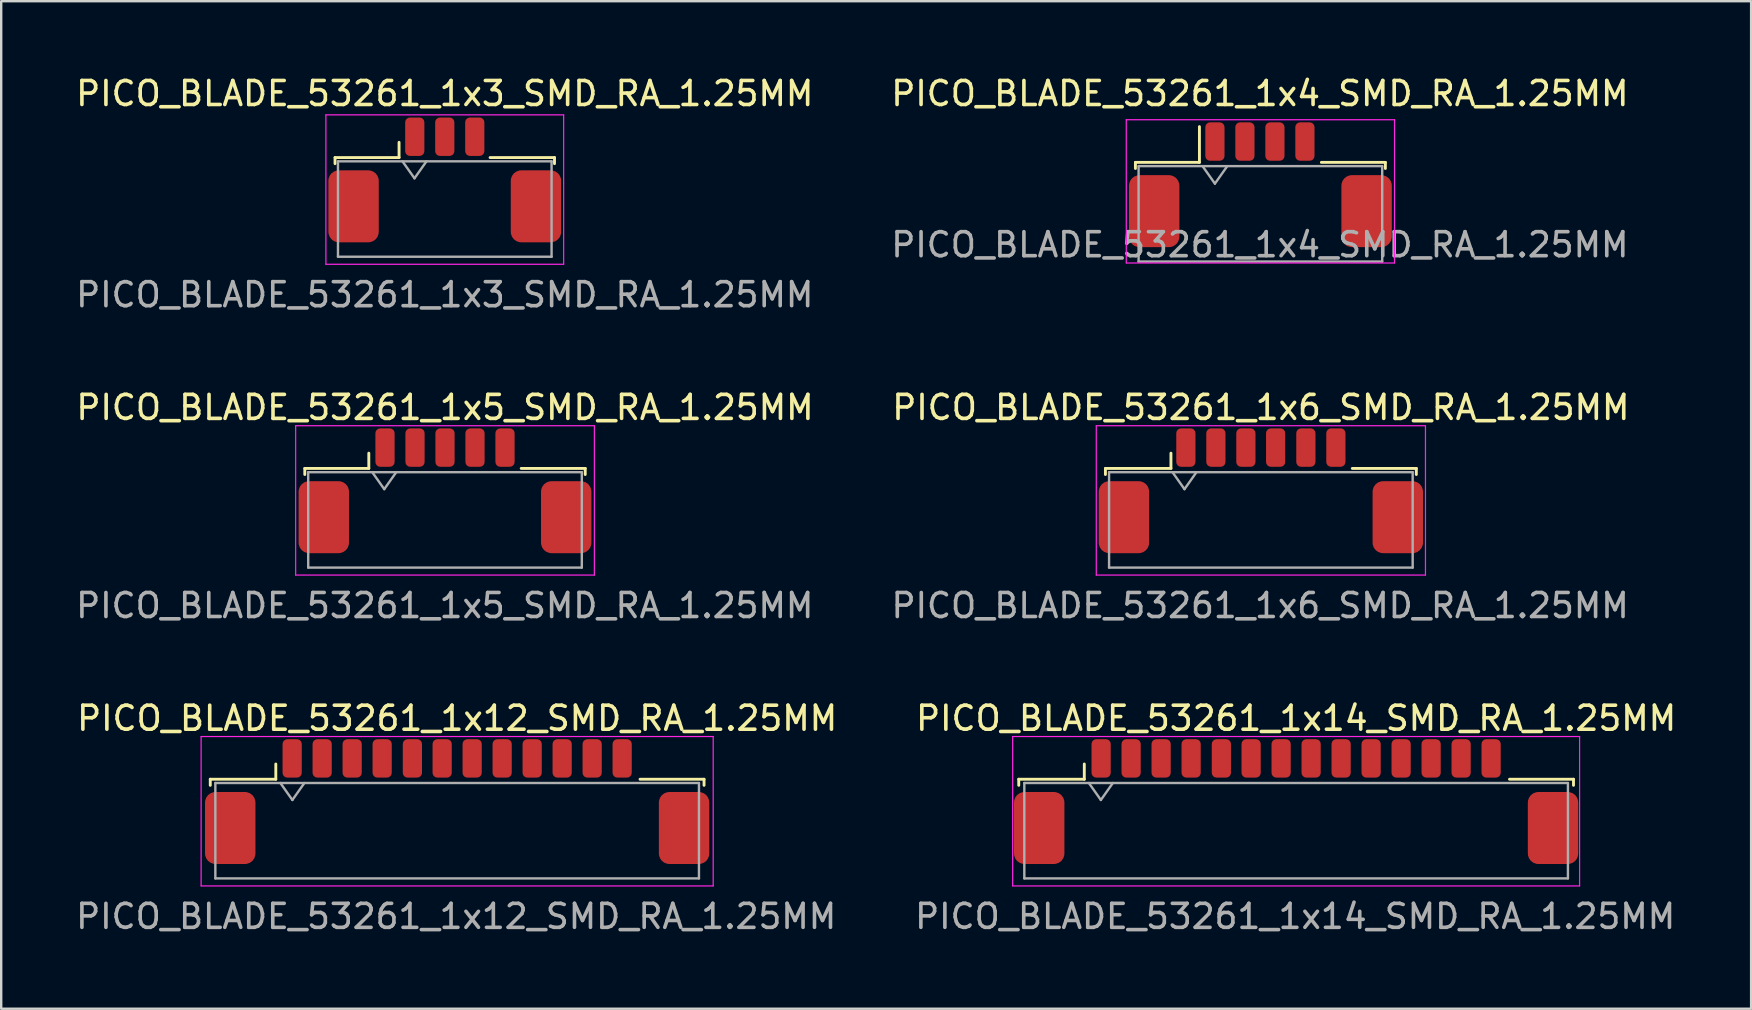
<source format=kicad_pcb>
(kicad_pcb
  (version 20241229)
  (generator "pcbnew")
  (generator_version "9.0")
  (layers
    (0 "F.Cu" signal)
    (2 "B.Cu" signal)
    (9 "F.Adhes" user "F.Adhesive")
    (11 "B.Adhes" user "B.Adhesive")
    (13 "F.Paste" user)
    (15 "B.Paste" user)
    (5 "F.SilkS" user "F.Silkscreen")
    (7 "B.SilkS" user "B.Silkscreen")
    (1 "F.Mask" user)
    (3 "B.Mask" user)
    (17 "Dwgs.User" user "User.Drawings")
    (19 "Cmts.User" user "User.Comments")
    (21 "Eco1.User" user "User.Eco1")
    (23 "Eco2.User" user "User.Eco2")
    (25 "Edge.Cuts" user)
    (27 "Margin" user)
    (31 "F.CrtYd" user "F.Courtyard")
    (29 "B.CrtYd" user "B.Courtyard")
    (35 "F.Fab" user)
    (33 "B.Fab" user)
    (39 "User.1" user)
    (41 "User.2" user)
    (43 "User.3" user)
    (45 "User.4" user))
  (footprint "PICO_BLADE_53261_1x4_SMD_RA_1.25MM"
    (layer "F.Cu")
    (at 49.466 5.748)
    (property "Reference" "PICO_BLADE_53261_1x4_SMD_RA_1.25MM" (at -0.02 -4.9 0) (layer "F.SilkS") (effects (font (size 1 1) (thickness 0.15))))
    (attr smd)
    (fp_line (start -5.207 -2.032) (end -2.54 -2.032) (stroke (width 0.12) (type solid)) (layer "F.SilkS"))
    (fp_line (start -5.207 -1.778) (end -5.207 -2.032) (stroke (width 0.12) (type solid)) (layer "F.SilkS"))
    (fp_line (start -2.54 -2.032) (end -2.54 -3.522) (stroke (width 0.12) (type solid)) (layer "F.SilkS"))
    (fp_line (start 5.207 -2.032) (end 2.54 -2.032) (stroke (width 0.12) (type solid)) (layer "F.SilkS"))
    (fp_line (start 5.207 -1.778) (end 5.207 -2.032) (stroke (width 0.12) (type solid)) (layer "F.SilkS"))
    (fp_line (start -5.588 -3.81) (end -5.588 2.159) (stroke (width 0.05) (type solid)) (layer "F.CrtYd"))
    (fp_line (start -5.588 2.159) (end 5.588 2.159) (stroke (width 0.05) (type solid)) (layer "F.CrtYd"))
    (fp_line (start 5.588 -3.81) (end -5.588 -3.81) (stroke (width 0.05) (type solid)) (layer "F.CrtYd"))
    (fp_line (start 5.588 2.159) (end 5.588 -3.81) (stroke (width 0.05) (type solid)) (layer "F.CrtYd"))
    (fp_line (start -5.075 -1.875) (end -5.075 2.1) (stroke (width 0.1) (type solid)) (layer "F.Fab"))
    (fp_line (start -5.075 -1.875) (end 5.075 -1.875) (stroke (width 0.1) (type solid)) (layer "F.Fab"))
    (fp_line (start -5.075 2.1) (end 5.075 2.1) (stroke (width 0.1) (type solid)) (layer "F.Fab"))
    (fp_line (start -2.395 -1.854) (end -1.895 -1.147) (stroke (width 0.1) (type solid)) (layer "F.Fab"))
    (fp_line (start -1.895 -1.147) (end -1.395 -1.854) (stroke (width 0.1) (type solid)) (layer "F.Fab"))
    (fp_line (start 5.075 -1.875) (end 5.075 2.1) (stroke (width 0.1) (type solid)) (layer "F.Fab"))
    (fp_text user "${REFERENCE}" (at -0.02 1.4 0) (layer "F.Fab") (effects (font (size 1 1) (thickness 0.15))))
    (pad "1" smd roundrect (at -1.895 -2.9) (size 0.8 1.6) (layers "F.Cu" "F.Mask" "F.Paste") (roundrect_rratio 0.25))
    (pad "2" smd roundrect (at -0.645 -2.9) (size 0.8 1.6) (layers "F.Cu" "F.Mask" "F.Paste") (roundrect_rratio 0.25))
    (pad "3" smd roundrect (at 0.605 -2.9) (size 0.8 1.6) (layers "F.Cu" "F.Mask" "F.Paste") (roundrect_rratio 0.25))
    (pad "4" smd roundrect (at 1.855 -2.9) (size 0.8 1.6) (layers "F.Cu" "F.Mask" "F.Paste") (roundrect_rratio 0.25))
    (pad "MP" smd roundrect (at -4.425 0) (size 2.1 3) (layers "F.Cu" "F.Mask" "F.Paste") (roundrect_rratio 0.208))
    (pad "MP" smd roundrect (at 4.425 0) (size 2.1 3) (layers "F.Cu" "F.Mask" "F.Paste") (roundrect_rratio 0.208)))
  (footprint "PICO_BLADE_53261_1x5_SMD_RA_1.25MM"
    (layer "F.Cu")
    (at 15.492 18.499)
    (property "Reference" "PICO_BLADE_53261_1x5_SMD_RA_1.25MM" (at 0 -4.572 0) (layer "F.SilkS") (effects (font (size 1 1) (thickness 0.15))))
    (attr smd)
    (fp_line (start -5.842 -2.032) (end -3.175 -2.032) (stroke (width 0.12) (type solid)) (layer "F.SilkS"))
    (fp_line (start -5.842 -1.778) (end -5.842 -2.032) (stroke (width 0.12) (type solid)) (layer "F.SilkS"))
    (fp_line (start -3.175 -2.032) (end -3.175 -2.667) (stroke (width 0.12) (type solid)) (layer "F.SilkS"))
    (fp_line (start 5.842 -2.032) (end 3.175 -2.032) (stroke (width 0.12) (type solid)) (layer "F.SilkS"))
    (fp_line (start 5.842 -1.778) (end 5.842 -2.032) (stroke (width 0.12) (type solid)) (layer "F.SilkS"))
    (fp_line (start -6.223 -3.81) (end -6.223 2.413) (stroke (width 0.05) (type solid)) (layer "F.CrtYd"))
    (fp_line (start -6.223 2.413) (end 6.223 2.413) (stroke (width 0.05) (type solid)) (layer "F.CrtYd"))
    (fp_line (start 6.223 -3.81) (end -6.223 -3.81) (stroke (width 0.05) (type solid)) (layer "F.CrtYd"))
    (fp_line (start 6.223 2.413) (end 6.223 -3.81) (stroke (width 0.05) (type solid)) (layer "F.CrtYd"))
    (fp_line (start -5.7 -1.875) (end -5.7 2.1) (stroke (width 0.1) (type solid)) (layer "F.Fab"))
    (fp_line (start -5.7 -1.875) (end 5.7 -1.875) (stroke (width 0.1) (type solid)) (layer "F.Fab"))
    (fp_line (start -5.7 2.1) (end 5.7 2.1) (stroke (width 0.1) (type solid)) (layer "F.Fab"))
    (fp_line (start -3.032 -1.875) (end -2.532 -1.168) (stroke (width 0.1) (type solid)) (layer "F.Fab"))
    (fp_line (start -2.532 -1.168) (end -2.032 -1.875) (stroke (width 0.1) (type solid)) (layer "F.Fab"))
    (fp_line (start 5.7 -1.875) (end 5.7 2.1) (stroke (width 0.1) (type solid)) (layer "F.Fab"))
    (fp_text user "${REFERENCE}" (at -0.01 3.683 0) (layer "F.Fab") (effects (font (size 1 1) (thickness 0.15))))
    (pad "1" smd roundrect (at -2.5 -2.9) (size 0.8 1.6) (layers "F.Cu" "F.Mask" "F.Paste") (roundrect_rratio 0.25))
    (pad "2" smd roundrect (at -1.25 -2.9) (size 0.8 1.6) (layers "F.Cu" "F.Mask" "F.Paste") (roundrect_rratio 0.25))
    (pad "3" smd roundrect (at 0 -2.9) (size 0.8 1.6) (layers "F.Cu" "F.Mask" "F.Paste") (roundrect_rratio 0.25))
    (pad "4" smd roundrect (at 1.25 -2.9) (size 0.8 1.6) (layers "F.Cu" "F.Mask" "F.Paste") (roundrect_rratio 0.25))
    (pad "5" smd roundrect (at 2.5 -2.9) (size 0.8 1.6) (layers "F.Cu" "F.Mask" "F.Paste") (roundrect_rratio 0.25))
    (pad "MP" smd roundrect (at -5.05 0) (size 2.1 3) (layers "F.Cu" "F.Mask" "F.Paste") (roundrect_rratio 0.208))
    (pad "MP" smd roundrect (at 5.05 0) (size 2.1 3) (layers "F.Cu" "F.Mask" "F.Paste") (roundrect_rratio 0.208)))
  (footprint "PICO_BLADE_53261_1x6_SMD_RA_1.25MM"
    (layer "F.Cu")
    (at 49.486 18.499)
    (property "Reference" "PICO_BLADE_53261_1x6_SMD_RA_1.25MM" (at 0 -4.572 0) (layer "F.SilkS") (effects (font (size 1 1) (thickness 0.15))))
    (attr smd)
    (fp_line (start -6.477 -2.032) (end -3.747 -2.032) (stroke (width 0.12) (type solid)) (layer "F.SilkS"))
    (fp_line (start -6.477 -1.778) (end -6.477 -2.032) (stroke (width 0.12) (type solid)) (layer "F.SilkS"))
    (fp_line (start -3.747 -2.032) (end -3.747 -2.667) (stroke (width 0.12) (type solid)) (layer "F.SilkS"))
    (fp_line (start 6.477 -2.032) (end 3.81 -2.032) (stroke (width 0.12) (type solid)) (layer "F.SilkS"))
    (fp_line (start 6.477 -1.778) (end 6.477 -2.032) (stroke (width 0.12) (type solid)) (layer "F.SilkS"))
    (fp_line (start -6.858 -3.81) (end -6.858 2.413) (stroke (width 0.05) (type solid)) (layer "F.CrtYd"))
    (fp_line (start -6.858 2.413) (end 6.858 2.413) (stroke (width 0.05) (type solid)) (layer "F.CrtYd"))
    (fp_line (start 6.858 -3.81) (end -6.858 -3.81) (stroke (width 0.05) (type solid)) (layer "F.CrtYd"))
    (fp_line (start 6.858 2.413) (end 6.858 -3.81) (stroke (width 0.05) (type solid)) (layer "F.CrtYd"))
    (fp_line (start -6.325 -1.875) (end -6.325 2.1) (stroke (width 0.1) (type solid)) (layer "F.Fab"))
    (fp_line (start -6.325 -1.875) (end 6.325 -1.875) (stroke (width 0.1) (type solid)) (layer "F.Fab"))
    (fp_line (start -6.325 2.1) (end 6.325 2.1) (stroke (width 0.1) (type solid)) (layer "F.Fab"))
    (fp_line (start -3.683 -1.875) (end -3.183 -1.168) (stroke (width 0.1) (type solid)) (layer "F.Fab"))
    (fp_line (start -3.183 -1.168) (end -2.683 -1.875) (stroke (width 0.1) (type solid)) (layer "F.Fab"))
    (fp_line (start 6.325 -1.875) (end 6.325 2.1) (stroke (width 0.1) (type solid)) (layer "F.Fab"))
    (fp_text user "${REFERENCE}" (at -0.03 3.683 0) (layer "F.Fab") (effects (font (size 1 1) (thickness 0.15))))
    (pad "1" smd roundrect (at -3.125 -2.9) (size 0.8 1.6) (layers "F.Cu" "F.Mask" "F.Paste") (roundrect_rratio 0.25))
    (pad "2" smd roundrect (at -1.875 -2.9) (size 0.8 1.6) (layers "F.Cu" "F.Mask" "F.Paste") (roundrect_rratio 0.25))
    (pad "3" smd roundrect (at -0.625 -2.9) (size 0.8 1.6) (layers "F.Cu" "F.Mask" "F.Paste") (roundrect_rratio 0.25))
    (pad "4" smd roundrect (at 0.615 -2.9) (size 0.8 1.6) (layers "F.Cu" "F.Mask" "F.Paste") (roundrect_rratio 0.25))
    (pad "5" smd roundrect (at 1.875 -2.9) (size 0.8 1.6) (layers "F.Cu" "F.Mask" "F.Paste") (roundrect_rratio 0.25))
    (pad "6" smd roundrect (at 3.125 -2.9) (size 0.8 1.6) (layers "F.Cu" "F.Mask" "F.Paste") (roundrect_rratio 0.25))
    (pad "MP" smd roundrect (at -5.705 0) (size 2.1 3) (layers "F.Cu" "F.Mask" "F.Paste") (roundrect_rratio 0.208))
    (pad "MP" smd roundrect (at 5.705 0) (size 2.1 3) (layers "F.Cu" "F.Mask" "F.Paste") (roundrect_rratio 0.208)))
  (footprint "PICO_BLADE_53261_1x3_SMD_RA_1.25MM"
    (layer "F.Cu")
    (at 15.482 5.547)
    (property "Reference" "PICO_BLADE_53261_1x3_SMD_RA_1.25MM" (at 0 -4.699 0) (layer "F.SilkS") (effects (font (size 1 1) (thickness 0.15))))
    (attr smd)
    (fp_line (start -4.572 -2.032) (end -1.905 -2.032) (stroke (width 0.12) (type solid)) (layer "F.SilkS"))
    (fp_line (start -4.572 -1.778) (end -4.572 -2.032) (stroke (width 0.12) (type solid)) (layer "F.SilkS"))
    (fp_line (start -1.905 -2.032) (end -1.905 -2.667) (stroke (width 0.12) (type solid)) (layer "F.SilkS"))
    (fp_line (start 4.572 -2.032) (end 1.888 -2.032) (stroke (width 0.12) (type solid)) (layer "F.SilkS"))
    (fp_line (start 4.572 -1.778) (end 4.572 -2.032) (stroke (width 0.12) (type solid)) (layer "F.SilkS"))
    (fp_line (start -4.953 -3.81) (end -4.953 2.413) (stroke (width 0.05) (type solid)) (layer "F.CrtYd"))
    (fp_line (start -4.953 2.413) (end 4.953 2.413) (stroke (width 0.05) (type solid)) (layer "F.CrtYd"))
    (fp_line (start 4.953 -3.81) (end -4.953 -3.81) (stroke (width 0.05) (type solid)) (layer "F.CrtYd"))
    (fp_line (start 4.953 2.413) (end 4.953 -3.81) (stroke (width 0.05) (type solid)) (layer "F.CrtYd"))
    (fp_line (start -4.45 -1.875) (end -4.45 2.1) (stroke (width 0.1) (type solid)) (layer "F.Fab"))
    (fp_line (start -4.45 -1.875) (end 4.45 -1.875) (stroke (width 0.1) (type solid)) (layer "F.Fab"))
    (fp_line (start -4.45 2.1) (end 4.45 2.1) (stroke (width 0.1) (type solid)) (layer "F.Fab"))
    (fp_line (start -1.762 -1.875) (end -1.262 -1.168) (stroke (width 0.1) (type solid)) (layer "F.Fab"))
    (fp_line (start -1.262 -1.168) (end -0.762 -1.875) (stroke (width 0.1) (type solid)) (layer "F.Fab"))
    (fp_line (start 4.45 -1.875) (end 4.45 2.1) (stroke (width 0.1) (type solid)) (layer "F.Fab"))
    (fp_text user "${REFERENCE}" (at 0 3.683 0) (layer "F.Fab") (effects (font (size 1 1) (thickness 0.15))))
    (pad "1" smd roundrect (at -1.25 -2.9) (size 0.8 1.6) (layers "F.Cu" "F.Mask" "F.Paste") (roundrect_rratio 0.25))
    (pad "2" smd roundrect (at 0 -2.9) (size 0.8 1.6) (layers "F.Cu" "F.Mask" "F.Paste") (roundrect_rratio 0.25))
    (pad "3" smd roundrect (at 1.25 -2.9) (size 0.8 1.6) (layers "F.Cu" "F.Mask" "F.Paste") (roundrect_rratio 0.25))
    (pad "MP" smd roundrect (at -3.8 0) (size 2.1 3) (layers "F.Cu" "F.Mask" "F.Paste") (roundrect_rratio 0.208))
    (pad "MP" smd roundrect (at 3.8 0) (size 2.1 3) (layers "F.Cu" "F.Mask" "F.Paste") (roundrect_rratio 0.208)))
  (footprint "PICO_BLADE_53261_1x12_SMD_RA_1.25MM"
    (layer "F.Cu")
    (at 15.998 31.45)
    (property "Reference" "PICO_BLADE_53261_1x12_SMD_RA_1.25MM" (at 0 -4.572 0) (layer "F.SilkS") (effects (font (size 1 1) (thickness 0.15))))
    (attr smd)
    (fp_line (start -10.287 -2.032) (end -7.556 -2.032) (stroke (width 0.12) (type solid)) (layer "F.SilkS"))
    (fp_line (start -10.287 -1.778) (end -10.287 -2.032) (stroke (width 0.12) (type solid)) (layer "F.SilkS"))
    (fp_line (start -7.556 -2.032) (end -7.556 -2.667) (stroke (width 0.12) (type solid)) (layer "F.SilkS"))
    (fp_line (start 10.287 -2.032) (end 7.62 -2.032) (stroke (width 0.12) (type solid)) (layer "F.SilkS"))
    (fp_line (start 10.287 -1.778) (end 10.287 -2.032) (stroke (width 0.12) (type solid)) (layer "F.SilkS"))
    (fp_line (start -10.668 -3.81) (end -10.668 2.413) (stroke (width 0.05) (type solid)) (layer "F.CrtYd"))
    (fp_line (start -10.668 2.413) (end 10.668 2.413) (stroke (width 0.05) (type solid)) (layer "F.CrtYd"))
    (fp_line (start 10.668 -3.81) (end -10.668 -3.81) (stroke (width 0.05) (type solid)) (layer "F.CrtYd"))
    (fp_line (start 10.668 2.413) (end 10.668 -3.81) (stroke (width 0.05) (type solid)) (layer "F.CrtYd"))
    (fp_line (start -10.075 -1.875) (end -10.075 2.1) (stroke (width 0.1) (type solid)) (layer "F.Fab"))
    (fp_line (start -10.075 -1.875) (end 10.075 -1.875) (stroke (width 0.1) (type solid)) (layer "F.Fab"))
    (fp_line (start -10.075 2.1) (end 10.075 2.1) (stroke (width 0.1) (type solid)) (layer "F.Fab"))
    (fp_line (start -7.366 -1.875) (end -6.866 -1.168) (stroke (width 0.1) (type solid)) (layer "F.Fab"))
    (fp_line (start -6.866 -1.168) (end -6.366 -1.875) (stroke (width 0.1) (type solid)) (layer "F.Fab"))
    (fp_line (start 10.075 -1.875) (end 10.075 2.1) (stroke (width 0.1) (type solid)) (layer "F.Fab"))
    (fp_text user "${REFERENCE}" (at -0.04 3.683 0) (layer "F.Fab") (effects (font (size 1 1) (thickness 0.15))))
    (pad "1" smd roundrect (at -6.875 -2.9) (size 0.8 1.6) (layers "F.Cu" "F.Mask" "F.Paste") (roundrect_rratio 0.25))
    (pad "2" smd roundrect (at -5.625 -2.9) (size 0.8 1.6) (layers "F.Cu" "F.Mask" "F.Paste") (roundrect_rratio 0.25))
    (pad "3" smd roundrect (at -4.375 -2.9) (size 0.8 1.6) (layers "F.Cu" "F.Mask" "F.Paste") (roundrect_rratio 0.25))
    (pad "4" smd roundrect (at -3.125 -2.9) (size 0.8 1.6) (layers "F.Cu" "F.Mask" "F.Paste") (roundrect_rratio 0.25))
    (pad "5" smd roundrect (at -1.865 -2.9) (size 0.8 1.6) (layers "F.Cu" "F.Mask" "F.Paste") (roundrect_rratio 0.25))
    (pad "6" smd roundrect (at -0.625 -2.9) (size 0.8 1.6) (layers "F.Cu" "F.Mask" "F.Paste") (roundrect_rratio 0.25))
    (pad "7" smd roundrect (at 0.625 -2.9) (size 0.8 1.6) (layers "F.Cu" "F.Mask" "F.Paste") (roundrect_rratio 0.25))
    (pad "8" smd roundrect (at 1.875 -2.9) (size 0.8 1.6) (layers "F.Cu" "F.Mask" "F.Paste") (roundrect_rratio 0.25))
    (pad "9" smd roundrect (at 3.125 -2.9) (size 0.8 1.6) (layers "F.Cu" "F.Mask" "F.Paste") (roundrect_rratio 0.25))
    (pad "10" smd roundrect (at 4.375 -2.9) (size 0.8 1.6) (layers "F.Cu" "F.Mask" "F.Paste") (roundrect_rratio 0.25))
    (pad "11" smd roundrect (at 5.625 -2.9) (size 0.8 1.6) (layers "F.Cu" "F.Mask" "F.Paste") (roundrect_rratio 0.25))
    (pad "12" smd roundrect (at 6.875 -2.9) (size 0.8 1.6) (layers "F.Cu" "F.Mask" "F.Paste") (roundrect_rratio 0.25))
    (pad "MP" smd roundrect (at -9.455 0) (size 2.1 3) (layers "F.Cu" "F.Mask" "F.Paste") (roundrect_rratio 0.208))
    (pad "MP" smd roundrect (at 9.455 0) (size 2.1 3) (layers "F.Cu" "F.Mask" "F.Paste") (roundrect_rratio 0.208)))
  (footprint "PICO_BLADE_53261_1x14_SMD_RA_1.25MM"
    (layer "F.Cu")
    (at 50.955 31.45)
    (property "Reference" "PICO_BLADE_53261_1x14_SMD_RA_1.25MM" (at 0 -4.572 0) (layer "F.SilkS") (effects (font (size 1 1) (thickness 0.15))))
    (attr smd)
    (fp_line (start -11.557 -2.032) (end -8.826 -2.032) (stroke (width 0.12) (type solid)) (layer "F.SilkS"))
    (fp_line (start -11.557 -1.778) (end -11.557 -2.032) (stroke (width 0.12) (type solid)) (layer "F.SilkS"))
    (fp_line (start -8.826 -2.032) (end -8.826 -2.667) (stroke (width 0.12) (type solid)) (layer "F.SilkS"))
    (fp_line (start 11.557 -2.032) (end 8.89 -2.032) (stroke (width 0.12) (type solid)) (layer "F.SilkS"))
    (fp_line (start 11.557 -1.778) (end 11.557 -2.032) (stroke (width 0.12) (type solid)) (layer "F.SilkS"))
    (fp_line (start -11.811 -3.81) (end -11.811 2.413) (stroke (width 0.05) (type solid)) (layer "F.CrtYd"))
    (fp_line (start -11.811 2.413) (end 11.811 2.413) (stroke (width 0.05) (type solid)) (layer "F.CrtYd"))
    (fp_line (start 11.811 -3.81) (end -11.811 -3.81) (stroke (width 0.05) (type solid)) (layer "F.CrtYd"))
    (fp_line (start 11.811 2.413) (end 11.811 -3.81) (stroke (width 0.05) (type solid)) (layer "F.CrtYd"))
    (fp_line (start -11.325 -1.875) (end -11.325 2.1) (stroke (width 0.1) (type solid)) (layer "F.Fab"))
    (fp_line (start -11.325 -1.875) (end 11.325 -1.875) (stroke (width 0.1) (type solid)) (layer "F.Fab"))
    (fp_line (start -11.325 2.1) (end 11.325 2.1) (stroke (width 0.1) (type solid)) (layer "F.Fab"))
    (fp_line (start -8.636 -1.875) (end -8.136 -1.168) (stroke (width 0.1) (type solid)) (layer "F.Fab"))
    (fp_line (start -8.136 -1.168) (end -7.636 -1.875) (stroke (width 0.1) (type solid)) (layer "F.Fab"))
    (fp_line (start 11.325 -1.875) (end 11.325 2.1) (stroke (width 0.1) (type solid)) (layer "F.Fab"))
    (fp_text user "${REFERENCE}" (at -0.04 3.683 0) (layer "F.Fab") (effects (font (size 1 1) (thickness 0.15))))
    (pad "1" smd roundrect (at -8.125 -2.9) (size 0.8 1.6) (layers "F.Cu" "F.Mask" "F.Paste") (roundrect_rratio 0.25))
    (pad "2" smd roundrect (at -6.875 -2.9) (size 0.8 1.6) (layers "F.Cu" "F.Mask" "F.Paste") (roundrect_rratio 0.25))
    (pad "3" smd roundrect (at -5.625 -2.9) (size 0.8 1.6) (layers "F.Cu" "F.Mask" "F.Paste") (roundrect_rratio 0.25))
    (pad "4" smd roundrect (at -4.375 -2.9) (size 0.8 1.6) (layers "F.Cu" "F.Mask" "F.Paste") (roundrect_rratio 0.25))
    (pad "5" smd roundrect (at -3.115 -2.9) (size 0.8 1.6) (layers "F.Cu" "F.Mask" "F.Paste") (roundrect_rratio 0.25))
    (pad "6" smd roundrect (at -1.875 -2.9) (size 0.8 1.6) (layers "F.Cu" "F.Mask" "F.Paste") (roundrect_rratio 0.25))
    (pad "7" smd roundrect (at -0.625 -2.9) (size 0.8 1.6) (layers "F.Cu" "F.Mask" "F.Paste") (roundrect_rratio 0.25))
    (pad "8" smd roundrect (at 0.625 -2.9) (size 0.8 1.6) (layers "F.Cu" "F.Mask" "F.Paste") (roundrect_rratio 0.25))
    (pad "9" smd roundrect (at 1.875 -2.9) (size 0.8 1.6) (layers "F.Cu" "F.Mask" "F.Paste") (roundrect_rratio 0.25))
    (pad "10" smd roundrect (at 3.125 -2.9) (size 0.8 1.6) (layers "F.Cu" "F.Mask" "F.Paste") (roundrect_rratio 0.25))
    (pad "11" smd roundrect (at 4.375 -2.9) (size 0.8 1.6) (layers "F.Cu" "F.Mask" "F.Paste") (roundrect_rratio 0.25))
    (pad "12" smd roundrect (at 5.625 -2.9) (size 0.8 1.6) (layers "F.Cu" "F.Mask" "F.Paste") (roundrect_rratio 0.25))
    (pad "13" smd roundrect (at 6.875 -2.9) (size 0.8 1.6) (layers "F.Cu" "F.Mask" "F.Paste") (roundrect_rratio 0.25))
    (pad "14" smd roundrect (at 8.125 -2.9) (size 0.8 1.6) (layers "F.Cu" "F.Mask" "F.Paste") (roundrect_rratio 0.25))
    (pad "MP" smd roundrect (at -10.705 0) (size 2.1 3) (layers "F.Cu" "F.Mask" "F.Paste") (roundrect_rratio 0.208))
    (pad "MP" smd roundrect (at 10.705 0) (size 2.1 3) (layers "F.Cu" "F.Mask" "F.Paste") (roundrect_rratio 0.208)))
  (gr_rect
    (start -3 -3)
    (end 69.913 38.981)
    (stroke (width 0.1) (type default))
    (fill no)
    (layer "Edge.Cuts")))
</source>
